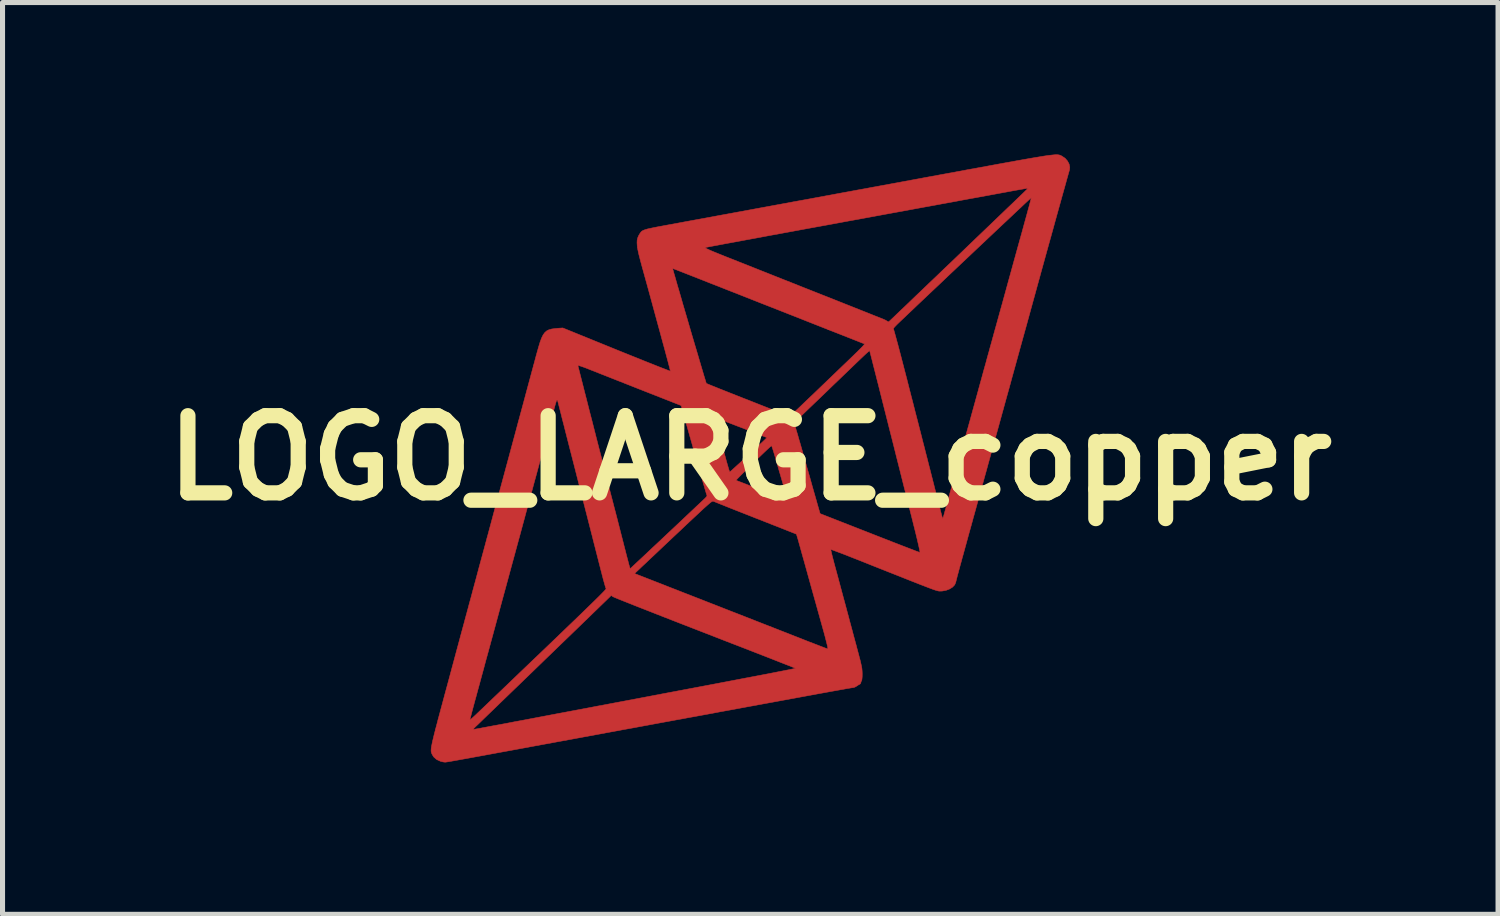
<source format=kicad_pcb>
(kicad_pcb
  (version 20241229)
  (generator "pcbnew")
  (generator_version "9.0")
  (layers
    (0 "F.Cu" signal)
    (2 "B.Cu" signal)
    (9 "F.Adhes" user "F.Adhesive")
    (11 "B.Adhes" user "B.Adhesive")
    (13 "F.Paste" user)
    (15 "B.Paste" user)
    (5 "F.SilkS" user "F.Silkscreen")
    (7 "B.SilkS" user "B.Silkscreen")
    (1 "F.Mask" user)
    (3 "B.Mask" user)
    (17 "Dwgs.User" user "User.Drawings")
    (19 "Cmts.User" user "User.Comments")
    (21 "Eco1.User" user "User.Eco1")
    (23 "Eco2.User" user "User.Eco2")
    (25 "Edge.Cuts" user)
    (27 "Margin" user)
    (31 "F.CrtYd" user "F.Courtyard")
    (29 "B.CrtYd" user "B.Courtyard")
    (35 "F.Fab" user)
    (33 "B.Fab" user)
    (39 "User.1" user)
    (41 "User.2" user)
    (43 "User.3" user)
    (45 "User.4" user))
  (footprint "LOGO_LARGE_copper"
    (layer "F.Cu")
    (at 11.764 5.992)
    (property "Reference" "LOGO_LARGE_copper" (at 0 0 0) (layer "F.SilkS") (effects (font (size 1.524 1.524) (thickness 0.3))))
    (attr through_hole)
    (fp_poly (pts (xy 6.064 -5.987) (xy 6.084 -5.985) (xy 6.101 -5.982) (xy 6.116 -5.977) (xy 6.129 -5.972) (xy 6.141 -5.966) (xy 6.154 -5.959) (xy 6.155 -5.958) (xy 6.216 -5.917) (xy 6.263 -5.863) (xy 6.295 -5.803) (xy 6.308 -5.741) (xy 6.303 -5.692) (xy 6.295 -5.662) (xy 6.28 -5.61) (xy 6.26 -5.539) (xy 6.235 -5.449) (xy 6.206 -5.344) (xy 6.173 -5.227) (xy 6.137 -5.098) (xy 6.099 -4.961) (xy 6.059 -4.817) (xy 6.018 -4.67) (xy 5.977 -4.52) (xy 5.936 -4.372) (xy 5.895 -4.226) (xy 5.856 -4.085) (xy 5.819 -3.951) (xy 5.785 -3.828) (xy 5.754 -3.716) (xy 5.729 -3.626) (xy 5.703 -3.53) (xy 5.671 -3.415) (xy 5.635 -3.283) (xy 5.594 -3.134) (xy 5.549 -2.971) (xy 5.501 -2.796) (xy 5.45 -2.61) (xy 5.396 -2.416) (xy 5.34 -2.214) (xy 5.283 -2.007) (xy 5.225 -1.796) (xy 5.166 -1.583) (xy 5.108 -1.37) (xy 5.049 -1.159) (xy 4.992 -0.951) (xy 4.936 -0.748) (xy 4.882 -0.552) (xy 4.83 -0.365) (xy 4.781 -0.188) (xy 4.736 -0.023) (xy 4.694 0.128) (xy 4.657 0.264) (xy 4.624 0.382) (xy 4.597 0.48) (xy 4.575 0.558) (xy 4.56 0.614) (xy 4.559 0.616) (xy 4.543 0.676) (xy 4.521 0.755) (xy 4.495 0.849) (xy 4.467 0.951) (xy 4.438 1.056) (xy 4.409 1.16) (xy 4.408 1.162) (xy 4.379 1.27) (xy 4.344 1.396) (xy 4.306 1.532) (xy 4.268 1.672) (xy 4.23 1.81) (xy 4.195 1.937) (xy 4.186 1.968) (xy 4.158 2.072) (xy 4.131 2.169) (xy 4.108 2.257) (xy 4.087 2.333) (xy 4.072 2.394) (xy 4.061 2.436) (xy 4.057 2.455) (xy 4.036 2.505) (xy 3.994 2.55) (xy 3.935 2.587) (xy 3.865 2.614) (xy 3.787 2.628) (xy 3.754 2.629) (xy 3.743 2.629) (xy 3.733 2.629) (xy 3.722 2.628) (xy 3.708 2.625) (xy 3.691 2.621) (xy 3.67 2.615) (xy 3.642 2.606) (xy 3.607 2.594) (xy 3.564 2.578) (xy 3.51 2.558) (xy 3.446 2.533) (xy 3.37 2.504) (xy 3.279 2.468) (xy 3.174 2.427) (xy 3.053 2.379) (xy 2.915 2.324) (xy 2.758 2.262) (xy 2.581 2.192) (xy 2.382 2.113) (xy 2.18 2.032) (xy 2.065 1.987) (xy 1.958 1.945) (xy 1.86 1.906) (xy 1.773 1.873) (xy 1.701 1.846) (xy 1.645 1.825) (xy 1.608 1.812) (xy 1.592 1.808) (xy 1.591 1.808) (xy 1.592 1.822) (xy 1.599 1.856) (xy 1.611 1.908) (xy 1.627 1.972) (xy 1.647 2.046) (xy 1.65 2.06) (xy 1.734 2.37) (xy 1.813 2.665) (xy 1.892 2.957) (xy 1.916 3.048) (xy 1.94 3.136) (xy 1.968 3.243) (xy 2 3.361) (xy 2.033 3.485) (xy 2.066 3.608) (xy 2.098 3.724) (xy 2.101 3.738) (xy 2.131 3.85) (xy 2.155 3.941) (xy 2.174 4.014) (xy 2.187 4.072) (xy 2.197 4.119) (xy 2.204 4.158) (xy 2.207 4.193) (xy 2.209 4.226) (xy 2.21 4.261) (xy 2.21 4.268) (xy 2.209 4.323) (xy 2.205 4.367) (xy 2.2 4.394) (xy 2.197 4.401) (xy 2.186 4.418) (xy 2.184 4.433) (xy 2.174 4.458) (xy 2.162 4.467) (xy 2.137 4.48) (xy 2.106 4.501) (xy 2.101 4.504) (xy 2.067 4.524) (xy 2.036 4.534) (xy 2.033 4.534) (xy 2.025 4.535) (xy 2.009 4.537) (xy 1.985 4.541) (xy 1.95 4.547) (xy 1.905 4.554) (xy 1.848 4.565) (xy 1.779 4.577) (xy 1.696 4.592) (xy 1.599 4.609) (xy 1.486 4.63) (xy 1.357 4.653) (xy 1.211 4.68) (xy 1.048 4.71) (xy 0.865 4.744) (xy 0.662 4.781) (xy 0.439 4.822) (xy 0.194 4.867) (xy -0.073 4.916) (xy -0.364 4.97) (xy -0.591 5.011) (xy -0.737 5.039) (xy -0.873 5.064) (xy -0.999 5.087) (xy -1.118 5.109) (xy -1.231 5.129) (xy -1.34 5.15) (xy -1.447 5.169) (xy -1.555 5.189) (xy -1.665 5.209) (xy -1.779 5.23) (xy -1.898 5.252) (xy -2.026 5.276) (xy -2.163 5.301) (xy -2.312 5.329) (xy -2.474 5.358) (xy -2.652 5.391) (xy -2.847 5.427) (xy -3.062 5.467) (xy -3.297 5.51) (xy -3.55 5.557) (xy -3.84 5.61) (xy -4.107 5.659) (xy -4.351 5.704) (xy -4.572 5.745) (xy -4.773 5.782) (xy -4.955 5.815) (xy -5.117 5.845) (xy -5.262 5.872) (xy -5.39 5.895) (xy -5.503 5.916) (xy -5.601 5.934) (xy -5.686 5.949) (xy -5.758 5.962) (xy -5.819 5.973) (xy -5.869 5.982) (xy -5.91 5.989) (xy -5.943 5.995) (xy -5.969 5.999) (xy -5.988 6.002) (xy -6.002 6.004) (xy -6.013 6.006) (xy -6.02 6.006) (xy -6.025 6.006) (xy -6.029 6.006) (xy -6.032 6.006) (xy -6.065 6.002) (xy -6.106 5.992) (xy -6.117 5.989) (xy -6.193 5.954) (xy -6.249 5.905) (xy -6.274 5.867) (xy -6.282 5.852) (xy -6.289 5.837) (xy -6.295 5.823) (xy -6.299 5.807) (xy -6.302 5.788) (xy -6.302 5.765) (xy -6.3 5.736) (xy -6.295 5.699) (xy -6.286 5.655) (xy -6.275 5.6) (xy -6.259 5.533) (xy -6.24 5.454) (xy -6.216 5.361) (xy -6.215 5.356) (xy -5.466 5.356) (xy -5.463 5.359) (xy -5.448 5.357) (xy -5.41 5.35) (xy -5.351 5.34) (xy -5.272 5.325) (xy -5.176 5.307) (xy -5.064 5.286) (xy -4.937 5.263) (xy -4.798 5.237) (xy -4.649 5.208) (xy -4.491 5.179) (xy -4.333 5.149) (xy -4.155 5.115) (xy -3.975 5.081) (xy -3.796 5.047) (xy -3.62 5.014) (xy -3.45 4.982) (xy -3.29 4.952) (xy -3.142 4.924) (xy -3.008 4.898) (xy -2.893 4.877) (xy -2.798 4.859) (xy -2.762 4.852) (xy -2.395 4.783) (xy -2.052 4.718) (xy -1.732 4.657) (xy -1.435 4.601) (xy -1.16 4.549) (xy -0.906 4.501) (xy -0.673 4.457) (xy -0.459 4.416) (xy -0.265 4.379) (xy -0.088 4.345) (xy 0.071 4.315) (xy 0.213 4.288) (xy 0.339 4.264) (xy 0.451 4.242) (xy 0.547 4.223) (xy 0.63 4.207) (xy 0.7 4.193) (xy 0.758 4.182) (xy 0.804 4.172) (xy 0.84 4.165) (xy 0.866 4.159) (xy 0.882 4.155) (xy 0.891 4.153) (xy 0.892 4.152) (xy 0.879 4.147) (xy 0.844 4.133) (xy 0.788 4.11) (xy 0.712 4.081) (xy 0.617 4.044) (xy 0.506 4) (xy 0.379 3.95) (xy 0.237 3.895) (xy 0.081 3.834) (xy -0.086 3.769) (xy -0.264 3.7) (xy -0.451 3.628) (xy -0.646 3.552) (xy -0.848 3.473) (xy -0.895 3.455) (xy -1.099 3.376) (xy -1.297 3.299) (xy -1.487 3.225) (xy -1.669 3.154) (xy -1.84 3.087) (xy -2 3.024) (xy -2.148 2.966) (xy -2.281 2.914) (xy -2.398 2.867) (xy -2.499 2.827) (xy -2.582 2.794) (xy -2.645 2.768) (xy -2.688 2.75) (xy -2.708 2.741) (xy -2.71 2.74) (xy -2.746 2.715) (xy -2.849 2.816) (xy -2.867 2.833) (xy -2.902 2.867) (xy -2.952 2.915) (xy -3.016 2.978) (xy -3.094 3.053) (xy -3.183 3.14) (xy -3.283 3.236) (xy -3.392 3.342) (xy -3.509 3.455) (xy -3.632 3.574) (xy -3.761 3.698) (xy -3.893 3.826) (xy -4.029 3.957) (xy -4.165 4.089) (xy -4.301 4.221) (xy -4.436 4.351) (xy -4.569 4.48) (xy -4.698 4.604) (xy -4.821 4.723) (xy -4.938 4.836) (xy -5.047 4.942) (xy -5.147 5.038) (xy -5.237 5.125) (xy -5.314 5.2) (xy -5.379 5.263) (xy -5.43 5.311) (xy -5.435 5.317) (xy -5.458 5.341) (xy -5.466 5.356) (xy -6.215 5.356) (xy -6.187 5.252) (xy -6.167 5.173) (xy -5.537 5.173) (xy -5.529 5.168) (xy -5.504 5.148) (xy -5.467 5.114) (xy -5.42 5.071) (xy -5.366 5.019) (xy -5.35 5.004) (xy -5.317 4.972) (xy -5.267 4.925) (xy -5.201 4.862) (xy -5.121 4.785) (xy -5.028 4.696) (xy -4.923 4.596) (xy -4.808 4.486) (xy -4.684 4.367) (xy -4.553 4.241) (xy -4.415 4.109) (xy -4.272 3.972) (xy -4.125 3.832) (xy -3.999 3.711) (xy -3.812 3.532) (xy -3.644 3.37) (xy -3.493 3.225) (xy -3.359 3.096) (xy -3.242 2.982) (xy -3.141 2.884) (xy -3.055 2.8) (xy -2.985 2.731) (xy -2.93 2.675) (xy -2.889 2.633) (xy -2.863 2.604) (xy -2.849 2.587) (xy -2.847 2.582) (xy -2.854 2.566) (xy -2.866 2.528) (xy -2.881 2.474) (xy -2.9 2.407) (xy -2.92 2.33) (xy -2.929 2.296) (xy -2.932 2.282) (xy -2.285 2.282) (xy -1.724 2.501) (xy -1.603 2.549) (xy -1.463 2.603) (xy -1.308 2.664) (xy -1.144 2.728) (xy -0.974 2.794) (xy -0.804 2.861) (xy -0.637 2.926) (xy -0.479 2.988) (xy -0.413 3.014) (xy -0.258 3.074) (xy -0.092 3.139) (xy 0.081 3.207) (xy 0.255 3.275) (xy 0.427 3.342) (xy 0.592 3.407) (xy 0.744 3.466) (xy 0.879 3.52) (xy 0.927 3.538) (xy 1.043 3.584) (xy 1.152 3.627) (xy 1.252 3.665) (xy 1.34 3.699) (xy 1.415 3.728) (xy 1.472 3.75) (xy 1.512 3.765) (xy 1.53 3.771) (xy 1.531 3.771) (xy 1.532 3.76) (xy 1.526 3.727) (xy 1.514 3.675) (xy 1.497 3.608) (xy 1.477 3.529) (xy 1.453 3.44) (xy 1.447 3.419) (xy 1.367 3.132) (xy 1.294 2.87) (xy 1.227 2.631) (xy 1.167 2.415) (xy 1.114 2.224) (xy 1.067 2.055) (xy 1.026 1.91) (xy 0.992 1.787) (xy 0.964 1.687) (xy 0.942 1.608) (xy 0.925 1.552) (xy 0.915 1.518) (xy 0.911 1.505) (xy 0.911 1.505) (xy 0.899 1.5) (xy 0.865 1.486) (xy 0.812 1.465) (xy 0.741 1.437) (xy 0.653 1.402) (xy 0.552 1.362) (xy 0.439 1.318) (xy 0.315 1.269) (xy 0.184 1.217) (xy 0.108 1.188) (xy -0.028 1.134) (xy -0.158 1.083) (xy -0.28 1.035) (xy -0.391 0.991) (xy -0.489 0.952) (xy -0.573 0.918) (xy -0.641 0.891) (xy -0.69 0.871) (xy -0.718 0.86) (xy -0.724 0.857) (xy -0.731 0.854) (xy -0.738 0.854) (xy -0.748 0.856) (xy -0.761 0.863) (xy -0.779 0.875) (xy -0.804 0.895) (xy -0.835 0.922) (xy -0.876 0.958) (xy -0.927 1.004) (xy -0.989 1.062) (xy -1.064 1.132) (xy -1.154 1.216) (xy -1.259 1.314) (xy -1.38 1.429) (xy -1.41 1.457) (xy -1.522 1.562) (xy -1.631 1.665) (xy -1.735 1.763) (xy -1.832 1.855) (xy -1.922 1.94) (xy -2.001 2.014) (xy -2.068 2.078) (xy -2.122 2.128) (xy -2.16 2.164) (xy -2.174 2.178) (xy -2.285 2.282) (xy -2.932 2.282) (xy -2.948 2.222) (xy -2.972 2.128) (xy -3 2.018) (xy -3.031 1.897) (xy -3.063 1.771) (xy -3.096 1.643) (xy -3.127 1.518) (xy -3.131 1.505) (xy -3.164 1.375) (xy -3.2 1.235) (xy -3.236 1.093) (xy -3.272 0.953) (xy -3.306 0.821) (xy -3.336 0.702) (xy -3.36 0.61) (xy -3.383 0.519) (xy -3.411 0.409) (xy -3.443 0.283) (xy -3.478 0.145) (xy -3.515 0.001) (xy -3.553 -0.146) (xy -3.59 -0.291) (xy -3.621 -0.413) (xy -3.653 -0.538) (xy -3.683 -0.658) (xy -3.712 -0.769) (xy -3.737 -0.869) (xy -3.759 -0.955) (xy -3.777 -1.024) (xy -3.79 -1.076) (xy -3.798 -1.106) (xy -3.799 -1.111) (xy -3.806 -1.134) (xy -3.813 -1.145) (xy -3.82 -1.142) (xy -3.829 -1.122) (xy -3.842 -1.083) (xy -3.859 -1.023) (xy -3.871 -0.978) (xy -3.888 -0.915) (xy -3.911 -0.83) (xy -3.938 -0.728) (xy -3.97 -0.611) (xy -4.004 -0.483) (xy -4.041 -0.347) (xy -4.08 -0.206) (xy -4.118 -0.064) (xy -4.156 0.077) (xy -4.193 0.213) (xy -4.227 0.34) (xy -4.259 0.455) (xy -4.286 0.555) (xy -4.308 0.637) (xy -4.318 0.673) (xy -4.335 0.736) (xy -4.359 0.823) (xy -4.388 0.93) (xy -4.423 1.058) (xy -4.462 1.203) (xy -4.506 1.365) (xy -4.554 1.543) (xy -4.606 1.733) (xy -4.661 1.936) (xy -4.719 2.148) (xy -4.779 2.37) (xy -4.841 2.598) (xy -4.905 2.832) (xy -4.969 3.07) (xy -5.034 3.311) (xy -5.099 3.55) (xy -5.139 3.697) (xy -5.181 3.852) (xy -5.225 4.011) (xy -5.267 4.169) (xy -5.309 4.322) (xy -5.347 4.464) (xy -5.382 4.59) (xy -5.411 4.698) (xy -5.411 4.699) (xy -5.44 4.803) (xy -5.466 4.9) (xy -5.489 4.986) (xy -5.508 5.059) (xy -5.523 5.117) (xy -5.533 5.155) (xy -5.537 5.172) (xy -5.537 5.173) (xy -6.167 5.173) (xy -6.154 5.125) (xy -6.115 4.98) (xy -6.071 4.816) (xy -6.021 4.63) (xy -5.964 4.421) (xy -5.95 4.368) (xy -5.899 4.178) (xy -5.848 3.989) (xy -5.798 3.802) (xy -5.749 3.621) (xy -5.702 3.446) (xy -5.657 3.281) (xy -5.616 3.128) (xy -5.578 2.988) (xy -5.545 2.864) (xy -5.516 2.759) (xy -5.493 2.674) (xy -5.48 2.623) (xy -5.455 2.532) (xy -5.425 2.421) (xy -5.391 2.294) (xy -5.354 2.155) (xy -5.314 2.008) (xy -5.273 1.857) (xy -5.232 1.706) (xy -5.193 1.559) (xy -5.183 1.524) (xy -5.125 1.308) (xy -5.066 1.087) (xy -5.005 0.861) (xy -4.943 0.633) (xy -4.881 0.403) (xy -4.819 0.174) (xy -4.758 -0.052) (xy -4.698 -0.275) (xy -4.639 -0.493) (xy -4.583 -0.703) (xy -4.528 -0.905) (xy -4.476 -1.097) (xy -4.428 -1.277) (xy -4.383 -1.444) (xy -4.342 -1.595) (xy -4.306 -1.73) (xy -4.28 -1.825) (xy -3.404 -1.825) (xy -3.401 -1.812) (xy -3.392 -1.776) (xy -3.377 -1.718) (xy -3.358 -1.642) (xy -3.334 -1.548) (xy -3.306 -1.439) (xy -3.275 -1.315) (xy -3.24 -1.18) (xy -3.203 -1.034) (xy -3.164 -0.88) (xy -3.122 -0.719) (xy -3.08 -0.553) (xy -3.037 -0.384) (xy -2.993 -0.213) (xy -2.949 -0.043) (xy -2.906 0.125) (xy -2.864 0.288) (xy -2.824 0.447) (xy -2.785 0.597) (xy -2.749 0.738) (xy -2.715 0.868) (xy -2.685 0.985) (xy -2.658 1.087) (xy -2.636 1.173) (xy -2.622 1.226) (xy -2.612 1.267) (xy -2.596 1.329) (xy -2.576 1.408) (xy -2.553 1.498) (xy -2.528 1.595) (xy -2.502 1.696) (xy -2.496 1.721) (xy -2.471 1.817) (xy -2.448 1.908) (xy -2.427 1.988) (xy -2.409 2.056) (xy -2.396 2.107) (xy -2.387 2.138) (xy -2.386 2.144) (xy -2.372 2.186) (xy -2.339 2.157) (xy -2.325 2.143) (xy -2.294 2.114) (xy -2.247 2.07) (xy -2.186 2.013) (xy -2.113 1.945) (xy -2.029 1.866) (xy -1.936 1.778) (xy -1.835 1.684) (xy -1.728 1.583) (xy -1.626 1.487) (xy -1.514 1.382) (xy -1.407 1.281) (xy -1.305 1.185) (xy -1.212 1.097) (xy -1.127 1.017) (xy -1.053 0.947) (xy -0.991 0.889) (xy -0.943 0.844) (xy -0.911 0.813) (xy -0.897 0.8) (xy -0.869 0.771) (xy -0.856 0.752) (xy -0.857 0.734) (xy -0.864 0.716) (xy -0.87 0.698) (xy -0.882 0.657) (xy -0.9 0.596) (xy -0.923 0.517) (xy -0.945 0.442) (xy -0.28 0.442) (xy -0.28 0.442) (xy -0.265 0.448) (xy -0.229 0.462) (xy -0.174 0.483) (xy -0.104 0.51) (xy -0.02 0.543) (xy 0.075 0.58) (xy 0.179 0.62) (xy 0.233 0.641) (xy 0.339 0.683) (xy 0.438 0.721) (xy 0.526 0.755) (xy 0.602 0.783) (xy 0.663 0.806) (xy 0.707 0.822) (xy 0.731 0.831) (xy 0.734 0.832) (xy 0.732 0.819) (xy 0.724 0.786) (xy 0.71 0.736) (xy 0.693 0.674) (xy 0.675 0.614) (xy 0.653 0.539) (xy 0.626 0.446) (xy 0.596 0.342) (xy 0.564 0.234) (xy 0.534 0.129) (xy 0.52 0.079) (xy 0.495 -0.006) (xy 0.472 -0.083) (xy 0.452 -0.149) (xy 0.436 -0.199) (xy 0.425 -0.231) (xy 0.42 -0.241) (xy 0.408 -0.233) (xy 0.38 -0.209) (xy 0.34 -0.172) (xy 0.29 -0.125) (xy 0.231 -0.069) (xy 0.167 -0.007) (xy 0.099 0.058) (xy 0.03 0.126) (xy -0.037 0.192) (xy -0.101 0.255) (xy -0.158 0.312) (xy -0.207 0.362) (xy -0.246 0.402) (xy -0.271 0.429) (xy -0.28 0.442) (xy -0.945 0.442) (xy -0.951 0.422) (xy -0.982 0.313) (xy -1.017 0.192) (xy -1.055 0.06) (xy -1.095 -0.079) (xy -1.122 -0.178) (xy -1.298 -0.796) (xy -0.694 -0.796) (xy -0.692 -0.784) (xy -0.684 -0.751) (xy -0.672 -0.702) (xy -0.657 -0.642) (xy -0.649 -0.609) (xy -0.632 -0.546) (xy -0.61 -0.464) (xy -0.585 -0.369) (xy -0.558 -0.265) (xy -0.531 -0.16) (xy -0.508 -0.073) (xy -0.484 0.017) (xy -0.461 0.099) (xy -0.441 0.168) (xy -0.425 0.223) (xy -0.413 0.26) (xy -0.406 0.276) (xy -0.405 0.277) (xy -0.394 0.267) (xy -0.366 0.243) (xy -0.324 0.205) (xy -0.269 0.155) (xy -0.204 0.096) (xy -0.131 0.029) (xy -0.051 -0.044) (xy -0.032 -0.062) (xy 0.048 -0.136) (xy 0.122 -0.205) (xy 0.187 -0.266) (xy 0.243 -0.318) (xy 0.286 -0.359) (xy 0.314 -0.387) (xy 0.327 -0.4) (xy 0.327 -0.401) (xy 0.315 -0.407) (xy 0.281 -0.42) (xy 0.23 -0.44) (xy 0.165 -0.466) (xy 0.088 -0.497) (xy 0.001 -0.53) (xy -0.091 -0.566) (xy -0.185 -0.603) (xy -0.28 -0.639) (xy -0.372 -0.675) (xy -0.374 -0.675) (xy 0.865 -0.675) (xy 0.866 -0.67) (xy 0.869 -0.665) (xy 0.873 -0.659) (xy 0.874 -0.658) (xy 0.88 -0.64) (xy 0.892 -0.601) (xy 0.91 -0.541) (xy 0.933 -0.465) (xy 0.959 -0.373) (xy 0.99 -0.268) (xy 1.023 -0.153) (xy 1.058 -0.03) (xy 1.079 0.044) (xy 1.116 0.178) (xy 1.154 0.31) (xy 1.19 0.437) (xy 1.223 0.556) (xy 1.254 0.665) (xy 1.281 0.759) (xy 1.303 0.836) (xy 1.319 0.894) (xy 1.323 0.908) (xy 1.378 1.099) (xy 2.356 1.482) (xy 2.506 1.541) (xy 2.65 1.597) (xy 2.785 1.65) (xy 2.909 1.698) (xy 3.022 1.742) (xy 3.121 1.78) (xy 3.205 1.812) (xy 3.271 1.838) (xy 3.318 1.855) (xy 3.344 1.865) (xy 3.349 1.866) (xy 3.349 1.854) (xy 3.343 1.819) (xy 3.331 1.762) (xy 3.313 1.683) (xy 3.29 1.585) (xy 3.262 1.468) (xy 3.228 1.333) (xy 3.207 1.248) (xy 3.182 1.148) (xy 3.151 1.026) (xy 3.115 0.885) (xy 3.076 0.728) (xy 3.032 0.556) (xy 2.986 0.373) (xy 2.938 0.181) (xy 2.888 -0.016) (xy 2.838 -0.217) (xy 2.787 -0.419) (xy 2.736 -0.619) (xy 2.705 -0.743) (xy 2.659 -0.925) (xy 2.615 -1.099) (xy 2.573 -1.266) (xy 2.534 -1.422) (xy 2.497 -1.566) (xy 2.464 -1.697) (xy 2.434 -1.814) (xy 2.409 -1.914) (xy 2.388 -1.996) (xy 2.372 -2.058) (xy 2.361 -2.1) (xy 2.355 -2.119) (xy 2.355 -2.12) (xy 2.345 -2.112) (xy 2.319 -2.089) (xy 2.279 -2.053) (xy 2.227 -2.004) (xy 2.166 -1.946) (xy 2.097 -1.88) (xy 2.042 -1.827) (xy 1.956 -1.744) (xy 1.857 -1.649) (xy 1.749 -1.545) (xy 1.638 -1.439) (xy 1.529 -1.333) (xy 1.426 -1.234) (xy 1.372 -1.182) (xy 1.261 -1.076) (xy 1.168 -0.987) (xy 1.09 -0.912) (xy 1.026 -0.85) (xy 0.976 -0.801) (xy 0.936 -0.762) (xy 0.907 -0.732) (xy 0.887 -0.71) (xy 0.874 -0.694) (xy 0.867 -0.683) (xy 0.865 -0.675) (xy -0.374 -0.675) (xy -0.458 -0.708) (xy -0.535 -0.737) (xy -0.6 -0.762) (xy -0.65 -0.781) (xy -0.682 -0.792) (xy -0.694 -0.796) (xy -1.298 -0.796) (xy -1.365 -1.035) (xy -2.197 -1.362) (xy -2.341 -1.419) (xy -2.483 -1.475) (xy -2.62 -1.529) (xy -2.749 -1.58) (xy -2.868 -1.627) (xy -2.975 -1.669) (xy -3.067 -1.706) (xy -3.142 -1.735) (xy -3.197 -1.757) (xy -3.216 -1.765) (xy -3.28 -1.789) (xy -3.334 -1.808) (xy -3.375 -1.821) (xy -3.399 -1.826) (xy -3.404 -1.825) (xy -4.28 -1.825) (xy -4.274 -1.847) (xy -4.248 -1.944) (xy -4.228 -2.02) (xy -4.214 -2.07) (xy -4.18 -2.191) (xy -4.15 -2.29) (xy -4.121 -2.368) (xy -4.091 -2.429) (xy -4.058 -2.475) (xy -4.021 -2.508) (xy -3.976 -2.531) (xy -3.922 -2.546) (xy -3.856 -2.555) (xy -3.791 -2.561) (xy -3.702 -2.567) (xy -2.642 -2.136) (xy -2.486 -2.073) (xy -2.337 -2.013) (xy -2.196 -1.957) (xy -2.066 -1.904) (xy -1.947 -1.857) (xy -1.842 -1.815) (xy -1.753 -1.78) (xy -1.679 -1.752) (xy -1.625 -1.731) (xy -1.59 -1.718) (xy -1.578 -1.714) (xy -1.578 -1.715) (xy -1.58 -1.728) (xy -1.59 -1.766) (xy -1.606 -1.828) (xy -1.628 -1.913) (xy -1.657 -2.021) (xy -1.692 -2.152) (xy -1.734 -2.305) (xy -1.781 -2.479) (xy -1.835 -2.676) (xy -1.894 -2.893) (xy -1.959 -3.132) (xy -2.03 -3.391) (xy -2.107 -3.669) (xy -2.127 -3.743) (xy -1.534 -3.743) (xy -1.511 -3.659) (xy -1.49 -3.587) (xy -1.465 -3.499) (xy -1.436 -3.397) (xy -1.402 -3.283) (xy -1.366 -3.158) (xy -1.328 -3.025) (xy -1.287 -2.886) (xy -1.245 -2.744) (xy -1.203 -2.599) (xy -1.161 -2.455) (xy -1.119 -2.313) (xy -1.078 -2.175) (xy -1.039 -2.044) (xy -1.003 -1.921) (xy -0.97 -1.809) (xy -0.94 -1.709) (xy -0.915 -1.624) (xy -0.894 -1.556) (xy -0.879 -1.507) (xy -0.87 -1.478) (xy -0.867 -1.472) (xy -0.854 -1.466) (xy -0.819 -1.451) (xy -0.765 -1.429) (xy -0.692 -1.4) (xy -0.604 -1.364) (xy -0.502 -1.324) (xy -0.389 -1.279) (xy -0.265 -1.23) (xy -0.134 -1.178) (xy -0.076 -1.156) (xy 0.058 -1.103) (xy 0.187 -1.052) (xy 0.306 -1.005) (xy 0.416 -0.962) (xy 0.512 -0.923) (xy 0.594 -0.891) (xy 0.66 -0.864) (xy 0.707 -0.845) (xy 0.733 -0.834) (xy 0.737 -0.832) (xy 0.762 -0.821) (xy 0.776 -0.817) (xy 0.786 -0.826) (xy 0.813 -0.851) (xy 0.856 -0.891) (xy 0.912 -0.945) (xy 0.981 -1.01) (xy 1.06 -1.086) (xy 1.149 -1.171) (xy 1.246 -1.263) (xy 1.349 -1.362) (xy 1.43 -1.44) (xy 1.574 -1.578) (xy 1.7 -1.699) (xy 1.81 -1.805) (xy 1.905 -1.896) (xy 1.986 -1.974) (xy 2.054 -2.04) (xy 2.11 -2.094) (xy 2.154 -2.139) (xy 2.19 -2.174) (xy 2.216 -2.201) (xy 2.234 -2.221) (xy 2.246 -2.236) (xy 2.252 -2.246) (xy 2.254 -2.251) (xy 2.252 -2.255) (xy 2.248 -2.256) (xy 2.242 -2.258) (xy 2.235 -2.259) (xy 2.234 -2.26) (xy 2.22 -2.266) (xy 2.183 -2.28) (xy 2.126 -2.303) (xy 2.05 -2.333) (xy 1.956 -2.37) (xy 1.847 -2.413) (xy 1.723 -2.462) (xy 1.587 -2.515) (xy 1.517 -2.543) (xy 2.826 -2.543) (xy 2.83 -2.537) (xy 2.835 -2.522) (xy 2.846 -2.484) (xy 2.862 -2.426) (xy 2.883 -2.349) (xy 2.909 -2.255) (xy 2.938 -2.145) (xy 2.97 -2.023) (xy 3.005 -1.889) (xy 3.042 -1.745) (xy 3.081 -1.595) (xy 3.093 -1.549) (xy 3.134 -1.387) (xy 3.175 -1.227) (xy 3.216 -1.069) (xy 3.254 -0.918) (xy 3.291 -0.775) (xy 3.325 -0.644) (xy 3.355 -0.526) (xy 3.381 -0.425) (xy 3.401 -0.344) (xy 3.416 -0.286) (xy 3.436 -0.21) (xy 3.46 -0.114) (xy 3.489 -0.002) (xy 3.52 0.122) (xy 3.554 0.253) (xy 3.588 0.387) (xy 3.622 0.52) (xy 3.638 0.584) (xy 3.668 0.702) (xy 3.697 0.812) (xy 3.722 0.912) (xy 3.745 1.001) (xy 3.764 1.074) (xy 3.779 1.131) (xy 3.789 1.167) (xy 3.793 1.181) (xy 3.796 1.189) (xy 3.798 1.193) (xy 3.801 1.19) (xy 3.806 1.179) (xy 3.814 1.156) (xy 3.825 1.119) (xy 3.84 1.063) (xy 3.861 0.988) (xy 3.874 0.94) (xy 3.935 0.717) (xy 3.996 0.497) (xy 4.055 0.285) (xy 4.109 0.088) (xy 4.14 -0.025) (xy 4.16 -0.098) (xy 4.182 -0.178) (xy 4.207 -0.268) (xy 4.235 -0.368) (xy 4.266 -0.482) (xy 4.301 -0.609) (xy 4.341 -0.752) (xy 4.385 -0.913) (xy 4.435 -1.093) (xy 4.49 -1.293) (xy 4.551 -1.516) (xy 4.578 -1.613) (xy 4.613 -1.742) (xy 4.649 -1.869) (xy 4.682 -1.992) (xy 4.714 -2.106) (xy 4.742 -2.209) (xy 4.767 -2.297) (xy 4.786 -2.368) (xy 4.8 -2.417) (xy 4.8 -2.419) (xy 4.861 -2.638) (xy 4.922 -2.859) (xy 4.986 -3.089) (xy 5.053 -3.332) (xy 5.124 -3.591) (xy 5.169 -3.753) (xy 5.206 -3.888) (xy 5.246 -4.032) (xy 5.287 -4.181) (xy 5.328 -4.328) (xy 5.367 -4.468) (xy 5.402 -4.596) (xy 5.432 -4.705) (xy 5.437 -4.723) (xy 5.464 -4.821) (xy 5.488 -4.91) (xy 5.51 -4.989) (xy 5.527 -5.054) (xy 5.539 -5.102) (xy 5.546 -5.131) (xy 5.547 -5.138) (xy 5.537 -5.13) (xy 5.511 -5.106) (xy 5.468 -5.066) (xy 5.411 -5.013) (xy 5.341 -4.946) (xy 5.258 -4.869) (xy 5.164 -4.78) (xy 5.061 -4.683) (xy 4.949 -4.578) (xy 4.83 -4.466) (xy 4.705 -4.348) (xy 4.575 -4.225) (xy 4.442 -4.1) (xy 4.307 -3.972) (xy 4.171 -3.844) (xy 4.035 -3.715) (xy 3.901 -3.589) (xy 3.77 -3.464) (xy 3.643 -3.344) (xy 3.521 -3.229) (xy 3.406 -3.12) (xy 3.298 -3.018) (xy 3.2 -2.924) (xy 3.112 -2.841) (xy 3.036 -2.768) (xy 2.972 -2.708) (xy 2.923 -2.661) (xy 2.889 -2.628) (xy 2.878 -2.616) (xy 2.844 -2.581) (xy 2.828 -2.558) (xy 2.826 -2.543) (xy 1.517 -2.543) (xy 1.44 -2.573) (xy 1.283 -2.635) (xy 1.118 -2.7) (xy 0.947 -2.768) (xy 0.771 -2.837) (xy 0.591 -2.908) (xy 0.41 -2.979) (xy 0.229 -3.05) (xy 0.049 -3.121) (xy -0.128 -3.191) (xy -0.3 -3.259) (xy -0.467 -3.324) (xy -0.625 -3.387) (xy -0.775 -3.445) (xy -0.913 -3.5) (xy -1.04 -3.55) (xy -1.152 -3.594) (xy -1.249 -3.632) (xy -1.328 -3.663) (xy -1.389 -3.687) (xy -1.43 -3.703) (xy -1.443 -3.708) (xy -1.534 -3.743) (xy -2.127 -3.743) (xy -2.141 -3.792) (xy -2.175 -3.919) (xy -2.202 -4.025) (xy -2.221 -4.113) (xy -2.227 -4.151) (xy -0.89 -4.151) (xy -0.882 -4.144) (xy -0.862 -4.132) (xy -0.827 -4.116) (xy -0.777 -4.093) (xy -0.709 -4.065) (xy -0.623 -4.03) (xy -0.517 -3.987) (xy -0.388 -3.936) (xy -0.367 -3.928) (xy -0.244 -3.879) (xy -0.109 -3.826) (xy 0.037 -3.768) (xy 0.192 -3.706) (xy 0.354 -3.642) (xy 0.522 -3.575) (xy 0.694 -3.507) (xy 0.869 -3.438) (xy 1.044 -3.368) (xy 1.219 -3.299) (xy 1.39 -3.231) (xy 1.558 -3.165) (xy 1.719 -3.101) (xy 1.872 -3.04) (xy 2.016 -2.983) (xy 2.149 -2.93) (xy 2.27 -2.882) (xy 2.375 -2.84) (xy 2.465 -2.804) (xy 2.537 -2.776) (xy 2.589 -2.755) (xy 2.62 -2.743) (xy 2.626 -2.74) (xy 2.666 -2.722) (xy 2.696 -2.705) (xy 2.708 -2.696) (xy 2.722 -2.687) (xy 2.74 -2.695) (xy 2.748 -2.702) (xy 2.76 -2.713) (xy 2.789 -2.741) (xy 2.835 -2.784) (xy 2.895 -2.842) (xy 2.97 -2.914) (xy 3.059 -2.998) (xy 3.159 -3.094) (xy 3.27 -3.201) (xy 3.392 -3.317) (xy 3.522 -3.442) (xy 3.661 -3.574) (xy 3.806 -3.714) (xy 3.958 -3.858) (xy 4.114 -4.008) (xy 4.13 -4.023) (xy 4.286 -4.173) (xy 4.437 -4.318) (xy 4.582 -4.457) (xy 4.72 -4.589) (xy 4.85 -4.714) (xy 4.971 -4.83) (xy 5.081 -4.936) (xy 5.181 -5.031) (xy 5.268 -5.115) (xy 5.342 -5.186) (xy 5.402 -5.244) (xy 5.446 -5.287) (xy 5.475 -5.315) (xy 5.486 -5.326) (xy 5.486 -5.326) (xy 5.481 -5.326) (xy 5.465 -5.324) (xy 5.437 -5.319) (xy 5.396 -5.312) (xy 5.34 -5.302) (xy 5.269 -5.29) (xy 5.181 -5.274) (xy 5.074 -5.254) (xy 4.948 -5.231) (xy 4.802 -5.204) (xy 4.634 -5.173) (xy 4.443 -5.138) (xy 4.299 -5.112) (xy 4.24 -5.101) (xy 4.157 -5.086) (xy 4.053 -5.066) (xy 3.928 -5.043) (xy 3.784 -5.017) (xy 3.623 -4.987) (xy 3.446 -4.955) (xy 3.256 -4.92) (xy 3.052 -4.882) (xy 2.837 -4.843) (xy 2.613 -4.802) (xy 2.381 -4.759) (xy 2.143 -4.715) (xy 1.899 -4.671) (xy 1.652 -4.625) (xy 1.499 -4.597) (xy 1.257 -4.553) (xy 1.023 -4.51) (xy 0.796 -4.468) (xy 0.578 -4.428) (xy 0.37 -4.39) (xy 0.174 -4.353) (xy -0.01 -4.319) (xy -0.179 -4.288) (xy -0.334 -4.259) (xy -0.472 -4.234) (xy -0.593 -4.211) (xy -0.694 -4.192) (xy -0.776 -4.177) (xy -0.836 -4.165) (xy -0.874 -4.158) (xy -0.887 -4.155) (xy -0.89 -4.151) (xy -2.227 -4.151) (xy -2.232 -4.186) (xy -2.236 -4.247) (xy -2.234 -4.298) (xy -2.224 -4.343) (xy -2.207 -4.385) (xy -2.183 -4.426) (xy -2.168 -4.448) (xy -2.154 -4.466) (xy -2.136 -4.481) (xy -2.11 -4.495) (xy -2.075 -4.508) (xy -2.027 -4.522) (xy -1.963 -4.536) (xy -1.881 -4.553) (xy -1.777 -4.573) (xy -1.747 -4.578) (xy -1.691 -4.589) (xy -1.612 -4.603) (xy -1.512 -4.621) (xy -1.395 -4.643) (xy -1.261 -4.668) (xy -1.113 -4.695) (xy -0.953 -4.724) (xy -0.785 -4.755) (xy -0.609 -4.788) (xy -0.428 -4.821) (xy -0.244 -4.855) (xy -0.165 -4.869) (xy 0.017 -4.903) (xy 0.184 -4.934) (xy 0.337 -4.962) (xy 0.478 -4.988) (xy 0.609 -5.012) (xy 0.731 -5.034) (xy 0.846 -5.056) (xy 0.956 -5.076) (xy 1.061 -5.095) (xy 1.165 -5.114) (xy 1.267 -5.133) (xy 1.371 -5.152) (xy 1.477 -5.172) (xy 1.588 -5.192) (xy 1.704 -5.214) (xy 1.828 -5.237) (xy 1.961 -5.261) (xy 2.105 -5.288) (xy 2.261 -5.316) (xy 2.431 -5.348) (xy 2.617 -5.382) (xy 2.82 -5.419) (xy 3.041 -5.46) (xy 3.284 -5.505) (xy 3.548 -5.554) (xy 3.772 -5.595) (xy 4.051 -5.646) (xy 4.307 -5.694) (xy 4.54 -5.736) (xy 4.751 -5.775) (xy 4.942 -5.81) (xy 5.114 -5.841) (xy 5.267 -5.869) (xy 5.403 -5.893) (xy 5.522 -5.914) (xy 5.627 -5.932) (xy 5.719 -5.947) (xy 5.797 -5.96) (xy 5.864 -5.97) (xy 5.92 -5.977) (xy 5.967 -5.982) (xy 6.006 -5.986) (xy 6.038 -5.987) (xy 6.064 -5.987)) (stroke (width 0.01) (type solid)) (fill yes) (layer "F.Cu")))
  (gr_rect
    (start -3 -3)
    (end 26.528 15.003)
    (stroke (width 0.1) (type default))
    (fill no)
    (layer "Edge.Cuts")))
</source>
